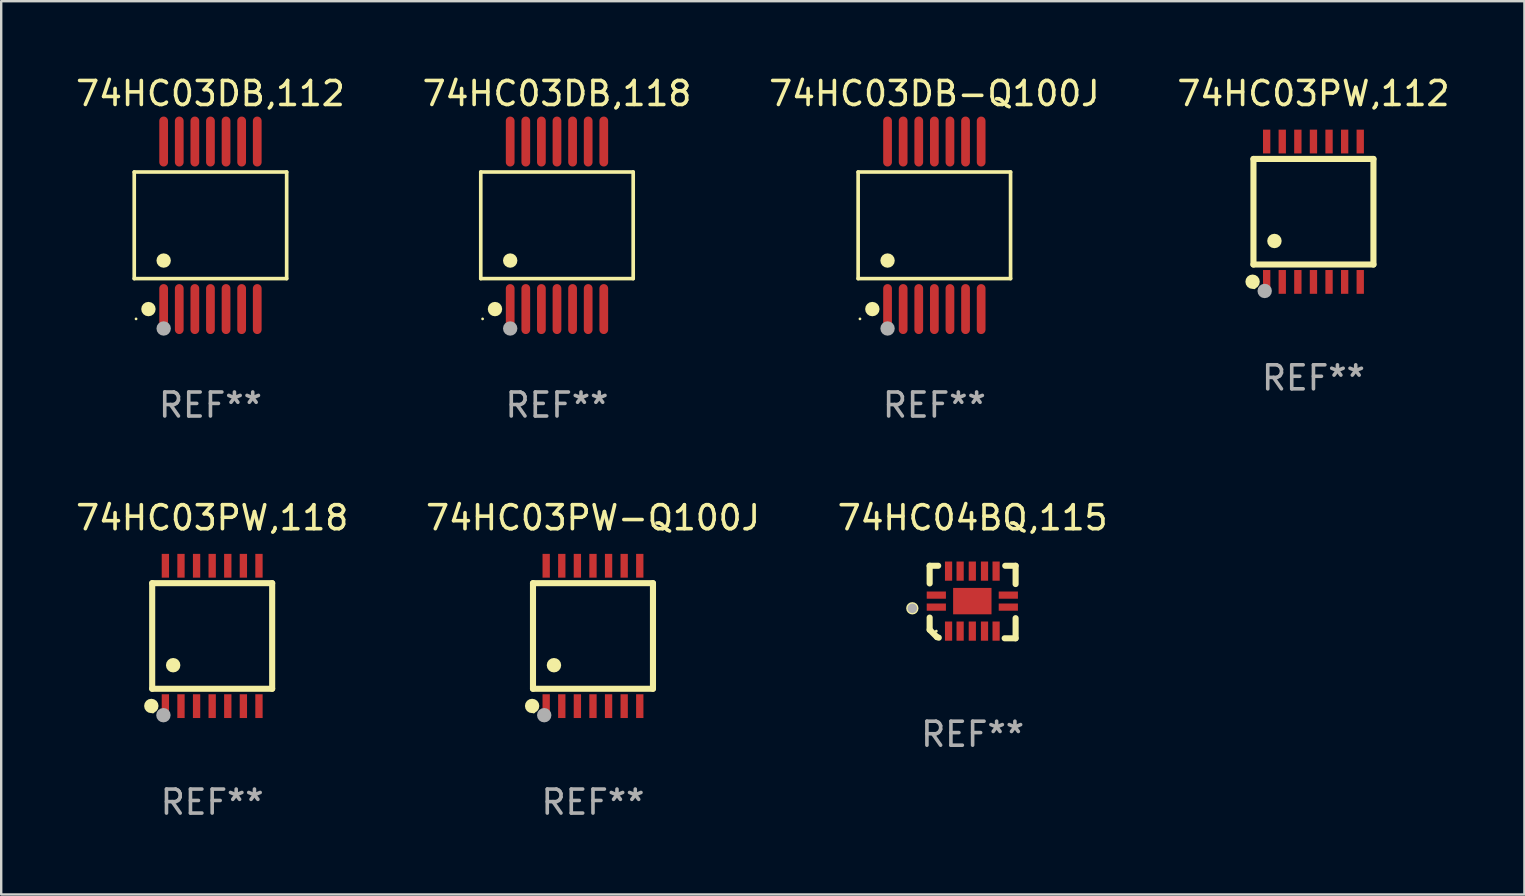
<source format=kicad_pcb>
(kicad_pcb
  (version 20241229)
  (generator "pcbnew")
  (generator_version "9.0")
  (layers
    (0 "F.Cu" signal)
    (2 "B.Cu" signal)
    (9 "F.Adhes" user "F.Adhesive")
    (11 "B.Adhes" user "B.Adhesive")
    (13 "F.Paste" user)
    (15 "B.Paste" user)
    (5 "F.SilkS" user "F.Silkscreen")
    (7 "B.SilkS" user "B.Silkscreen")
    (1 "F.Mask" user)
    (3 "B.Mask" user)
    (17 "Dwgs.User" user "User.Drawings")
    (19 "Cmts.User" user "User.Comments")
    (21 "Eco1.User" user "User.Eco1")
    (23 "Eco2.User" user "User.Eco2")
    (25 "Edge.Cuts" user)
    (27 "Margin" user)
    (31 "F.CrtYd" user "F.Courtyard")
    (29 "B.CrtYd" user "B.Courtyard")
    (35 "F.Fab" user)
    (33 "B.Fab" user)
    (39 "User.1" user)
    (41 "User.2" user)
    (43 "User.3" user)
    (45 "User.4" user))
  (footprint "74HC03PW-Q100J"
    (layer "F.Cu")
    (at 21.661 23.452)
    (property "Reference" "74HC03PW-Q100J" (at 0 -4.925 0) (layer "F.SilkS") (effects (font (size 1 1) (thickness 0.15))))
    (attr through_hole)
    (fp_line (start -2.5 2.2) (end -2.5 -2.2) (stroke (width 0.254) (type solid)) (layer "F.SilkS"))
    (fp_line (start -2.5 2.2) (end 2.5 2.2) (stroke (width 0.254) (type solid)) (layer "F.SilkS"))
    (fp_line (start 2.5 -2.2) (end -2.5 -2.2) (stroke (width 0.254) (type solid)) (layer "F.SilkS"))
    (fp_line (start 2.5 -2.2) (end 2.5 2.2) (stroke (width 0.254) (type solid)) (layer "F.SilkS"))
    (fp_circle (center -2.536 2.917) (end -2.386 2.917) (stroke (width 0.3) (type solid)) (fill no) (layer "F.SilkS"))
    (fp_circle (center -2.47 3.17) (end -2.44 3.17) (stroke (width 0.06) (type solid)) (fill no) (layer "F.SilkS"))
    (fp_circle (center -1.626 1.219) (end -1.475 1.219) (stroke (width 0.3) (type solid)) (fill no) (layer "F.SilkS"))
    (fp_circle (center -2.032 3.302) (end -1.882 3.302) (stroke (width 0.3) (type solid)) (fill no) (layer "F.Fab"))
    (fp_text user "REF**" (at 0 6.925 0) (layer "F.Fab") (effects (font (size 1 1) (thickness 0.15))))
    (pad "1" smd rect (at -1.95 2.925) (size 0.305 0.991) (layers "F.Cu" "F.Mask" "F.Paste"))
    (pad "2" smd rect (at -1.3 2.925) (size 0.305 0.991) (layers "F.Cu" "F.Mask" "F.Paste"))
    (pad "3" smd rect (at -0.65 2.925) (size 0.305 0.991) (layers "F.Cu" "F.Mask" "F.Paste"))
    (pad "4" smd rect (at 0 2.925) (size 0.305 0.991) (layers "F.Cu" "F.Mask" "F.Paste"))
    (pad "5" smd rect (at 0.65 2.925) (size 0.305 0.991) (layers "F.Cu" "F.Mask" "F.Paste"))
    (pad "6" smd rect (at 1.3 2.925) (size 0.305 0.991) (layers "F.Cu" "F.Mask" "F.Paste"))
    (pad "7" smd rect (at 1.95 2.925) (size 0.305 0.991) (layers "F.Cu" "F.Mask" "F.Paste"))
    (pad "8" smd rect (at 1.95 -2.925) (size 0.305 0.991) (layers "F.Cu" "F.Mask" "F.Paste"))
    (pad "9" smd rect (at 1.3 -2.925) (size 0.305 0.991) (layers "F.Cu" "F.Mask" "F.Paste"))
    (pad "10" smd rect (at 0.65 -2.925) (size 0.305 0.991) (layers "F.Cu" "F.Mask" "F.Paste"))
    (pad "11" smd rect (at 0 -2.925) (size 0.305 0.991) (layers "F.Cu" "F.Mask" "F.Paste"))
    (pad "12" smd rect (at -0.65 -2.925) (size 0.305 0.991) (layers "F.Cu" "F.Mask" "F.Paste"))
    (pad "13" smd rect (at -1.3 -2.925) (size 0.305 0.991) (layers "F.Cu" "F.Mask" "F.Paste"))
    (pad "14" smd rect (at -1.95 -2.925) (size 0.305 0.991) (layers "F.Cu" "F.Mask" "F.Paste")))
  (footprint "74HC03DB-Q100J"
    (layer "F.Cu")
    (at 35.887 6.339)
    (property "Reference" "74HC03DB-Q100J" (at 0 -5.491 0) (layer "F.SilkS") (effects (font (size 1 1) (thickness 0.15))))
    (attr through_hole)
    (fp_line (start -3.176 -2.221) (end 3.176 -2.221) (stroke (width 0.152) (type solid)) (layer "F.SilkS"))
    (fp_line (start -3.176 2.221) (end -3.176 -2.221) (stroke (width 0.152) (type solid)) (layer "F.SilkS"))
    (fp_line (start 3.176 -2.221) (end 3.176 2.221) (stroke (width 0.152) (type solid)) (layer "F.SilkS"))
    (fp_line (start 3.176 2.221) (end -3.176 2.221) (stroke (width 0.152) (type solid)) (layer "F.SilkS"))
    (fp_circle (center -3.1 3.9) (end -3.07 3.9) (stroke (width 0.06) (type solid)) (fill no) (layer "F.SilkS"))
    (fp_circle (center -2.584 3.491) (end -2.434 3.491) (stroke (width 0.3) (type solid)) (fill no) (layer "F.SilkS"))
    (fp_circle (center -1.95 1.469) (end -1.8 1.469) (stroke (width 0.3) (type solid)) (fill no) (layer "F.SilkS"))
    (fp_circle (center -1.95 4.3) (end -1.8 4.3) (stroke (width 0.3) (type solid)) (fill no) (layer "F.Fab"))
    (fp_text user "REF**" (at 0 7.491 0) (layer "F.Fab") (effects (font (size 1 1) (thickness 0.15))))
    (pad "1" smd oval (at -1.95 3.491) (size 0.364 2.082) (layers "F.Cu" "F.Mask" "F.Paste"))
    (pad "2" smd oval (at -1.3 3.491) (size 0.364 2.082) (layers "F.Cu" "F.Mask" "F.Paste"))
    (pad "3" smd oval (at -0.65 3.491) (size 0.364 2.082) (layers "F.Cu" "F.Mask" "F.Paste"))
    (pad "4" smd oval (at 0 3.491) (size 0.364 2.082) (layers "F.Cu" "F.Mask" "F.Paste"))
    (pad "5" smd oval (at 0.65 3.491) (size 0.364 2.082) (layers "F.Cu" "F.Mask" "F.Paste"))
    (pad "6" smd oval (at 1.3 3.491) (size 0.364 2.082) (layers "F.Cu" "F.Mask" "F.Paste"))
    (pad "7" smd oval (at 1.95 3.491) (size 0.364 2.082) (layers "F.Cu" "F.Mask" "F.Paste"))
    (pad "8" smd oval (at 1.95 -3.491) (size 0.364 2.082) (layers "F.Cu" "F.Mask" "F.Paste"))
    (pad "9" smd oval (at 1.3 -3.491) (size 0.364 2.082) (layers "F.Cu" "F.Mask" "F.Paste"))
    (pad "10" smd oval (at 0.65 -3.491) (size 0.364 2.082) (layers "F.Cu" "F.Mask" "F.Paste"))
    (pad "11" smd oval (at 0 -3.491) (size 0.364 2.082) (layers "F.Cu" "F.Mask" "F.Paste"))
    (pad "12" smd oval (at -0.65 -3.491) (size 0.364 2.082) (layers "F.Cu" "F.Mask" "F.Paste"))
    (pad "13" smd oval (at -1.3 -3.491) (size 0.364 2.082) (layers "F.Cu" "F.Mask" "F.Paste"))
    (pad "14" smd oval (at -1.95 -3.491) (size 0.364 2.082) (layers "F.Cu" "F.Mask" "F.Paste")))
  (footprint "74HC04BQ,115"
    (layer "F.Cu")
    (at 37.482 22.038)
    (property "Reference" "74HC04BQ,115" (at 0 -3.511 0) (layer "F.SilkS") (effects (font (size 1 1) (thickness 0.15))))
    (attr through_hole)
    (fp_line (start -1.791 -1.511) (end -1.435 -1.511) (stroke (width 0.254) (type solid)) (layer "F.SilkS"))
    (fp_line (start -1.791 -0.775) (end -1.791 -1.511) (stroke (width 0.254) (type solid)) (layer "F.SilkS"))
    (fp_line (start -1.791 1.156) (end -1.791 0.648) (stroke (width 0.254) (type solid)) (layer "F.SilkS"))
    (fp_line (start -1.486 1.461) (end -1.791 1.156) (stroke (width 0.254) (type solid)) (layer "F.SilkS"))
    (fp_line (start -1.41 1.486) (end -1.486 1.461) (stroke (width 0.254) (type solid)) (layer "F.SilkS"))
    (fp_line (start 1.334 1.511) (end 1.791 1.511) (stroke (width 0.254) (type solid)) (layer "F.SilkS"))
    (fp_line (start 1.791 -1.511) (end 1.359 -1.511) (stroke (width 0.254) (type solid)) (layer "F.SilkS"))
    (fp_line (start 1.791 -0.749) (end 1.791 -1.511) (stroke (width 0.254) (type solid)) (layer "F.SilkS"))
    (fp_line (start 1.791 1.511) (end 1.791 0.673) (stroke (width 0.254) (type solid)) (layer "F.SilkS"))
    (fp_circle (center -2.513 0.262) (end -2.383 0.262) (stroke (width 0.254) (type solid)) (fill no) (layer "F.SilkS"))
    (fp_circle (center -1.513 1.212) (end -1.483 1.212) (stroke (width 0.06) (type solid)) (fill no) (layer "F.SilkS"))
    (fp_circle (center -2.513 0.262) (end -2.413 0.262) (stroke (width 0.2) (type solid)) (fill no) (layer "F.Fab"))
    (fp_text user "REF**" (at 0 5.511 0) (layer "F.Fab") (effects (font (size 1 1) (thickness 0.15))))
    (pad "1" smd rect (at -1.513 0.212) (size 0.8 0.3) (layers "F.Cu" "F.Mask" "F.Paste"))
    (pad "2" smd rect (at -1.003 1.212) (size 0.3 0.8) (layers "F.Cu" "F.Mask" "F.Paste"))
    (pad "3" smd rect (at -0.521 1.212) (size 0.3 0.8) (layers "F.Cu" "F.Mask" "F.Paste"))
    (pad "4" smd rect (at -0.013 1.212) (size 0.3 0.8) (layers "F.Cu" "F.Mask" "F.Paste"))
    (pad "5" smd rect (at 0.495 1.212) (size 0.3 0.8) (layers "F.Cu" "F.Mask" "F.Paste"))
    (pad "6" smd rect (at 0.978 1.212) (size 0.3 0.8) (layers "F.Cu" "F.Mask" "F.Paste"))
    (pad "7" smd rect (at 1.487 0.212) (size 0.8 0.3) (layers "F.Cu" "F.Mask" "F.Paste"))
    (pad "8" smd rect (at 1.487 -0.288) (size 0.8 0.3) (layers "F.Cu" "F.Mask" "F.Paste"))
    (pad "9" smd rect (at 0.978 -1.288) (size 0.3 0.8) (layers "F.Cu" "F.Mask" "F.Paste"))
    (pad "10" smd rect (at 0.495 -1.288) (size 0.3 0.8) (layers "F.Cu" "F.Mask" "F.Paste"))
    (pad "11" smd rect (at -0.013 -1.288) (size 0.3 0.8) (layers "F.Cu" "F.Mask" "F.Paste"))
    (pad "12" smd rect (at -0.521 -1.288) (size 0.3 0.8) (layers "F.Cu" "F.Mask" "F.Paste"))
    (pad "13" smd rect (at -1.003 -1.288) (size 0.3 0.8) (layers "F.Cu" "F.Mask" "F.Paste"))
    (pad "14" smd rect (at -1.513 -0.288) (size 0.8 0.3) (layers "F.Cu" "F.Mask" "F.Paste"))
    (pad "15" smd rect (at -0.013 -0.038 90) (size 1.1 1.6) (layers "F.Cu" "F.Mask" "F.Paste")))
  (footprint "74HC03DB,118"
    (layer "F.Cu")
    (at 20.161 6.339)
    (property "Reference" "74HC03DB,118" (at 0 -5.491 0) (layer "F.SilkS") (effects (font (size 1 1) (thickness 0.15))))
    (attr through_hole)
    (fp_line (start -3.176 -2.221) (end 3.176 -2.221) (stroke (width 0.152) (type solid)) (layer "F.SilkS"))
    (fp_line (start -3.176 2.221) (end -3.176 -2.221) (stroke (width 0.152) (type solid)) (layer "F.SilkS"))
    (fp_line (start 3.176 -2.221) (end 3.176 2.221) (stroke (width 0.152) (type solid)) (layer "F.SilkS"))
    (fp_line (start 3.176 2.221) (end -3.176 2.221) (stroke (width 0.152) (type solid)) (layer "F.SilkS"))
    (fp_circle (center -3.1 3.9) (end -3.07 3.9) (stroke (width 0.06) (type solid)) (fill no) (layer "F.SilkS"))
    (fp_circle (center -2.584 3.491) (end -2.434 3.491) (stroke (width 0.3) (type solid)) (fill no) (layer "F.SilkS"))
    (fp_circle (center -1.95 1.469) (end -1.8 1.469) (stroke (width 0.3) (type solid)) (fill no) (layer "F.SilkS"))
    (fp_circle (center -1.95 4.3) (end -1.8 4.3) (stroke (width 0.3) (type solid)) (fill no) (layer "F.Fab"))
    (fp_text user "REF**" (at 0 7.491 0) (layer "F.Fab") (effects (font (size 1 1) (thickness 0.15))))
    (pad "1" smd oval (at -1.95 3.491) (size 0.364 2.082) (layers "F.Cu" "F.Mask" "F.Paste"))
    (pad "2" smd oval (at -1.3 3.491) (size 0.364 2.082) (layers "F.Cu" "F.Mask" "F.Paste"))
    (pad "3" smd oval (at -0.65 3.491) (size 0.364 2.082) (layers "F.Cu" "F.Mask" "F.Paste"))
    (pad "4" smd oval (at 0 3.491) (size 0.364 2.082) (layers "F.Cu" "F.Mask" "F.Paste"))
    (pad "5" smd oval (at 0.65 3.491) (size 0.364 2.082) (layers "F.Cu" "F.Mask" "F.Paste"))
    (pad "6" smd oval (at 1.3 3.491) (size 0.364 2.082) (layers "F.Cu" "F.Mask" "F.Paste"))
    (pad "7" smd oval (at 1.95 3.491) (size 0.364 2.082) (layers "F.Cu" "F.Mask" "F.Paste"))
    (pad "8" smd oval (at 1.95 -3.491) (size 0.364 2.082) (layers "F.Cu" "F.Mask" "F.Paste"))
    (pad "9" smd oval (at 1.3 -3.491) (size 0.364 2.082) (layers "F.Cu" "F.Mask" "F.Paste"))
    (pad "10" smd oval (at 0.65 -3.491) (size 0.364 2.082) (layers "F.Cu" "F.Mask" "F.Paste"))
    (pad "11" smd oval (at 0 -3.491) (size 0.364 2.082) (layers "F.Cu" "F.Mask" "F.Paste"))
    (pad "12" smd oval (at -0.65 -3.491) (size 0.364 2.082) (layers "F.Cu" "F.Mask" "F.Paste"))
    (pad "13" smd oval (at -1.3 -3.491) (size 0.364 2.082) (layers "F.Cu" "F.Mask" "F.Paste"))
    (pad "14" smd oval (at -1.95 -3.491) (size 0.364 2.082) (layers "F.Cu" "F.Mask" "F.Paste")))
  (footprint "74HC03PW,112"
    (layer "F.Cu")
    (at 51.685 5.773)
    (property "Reference" "74HC03PW,112" (at 0 -4.925 0) (layer "F.SilkS") (effects (font (size 1 1) (thickness 0.15))))
    (attr through_hole)
    (fp_line (start -2.5 2.2) (end -2.5 -2.2) (stroke (width 0.254) (type solid)) (layer "F.SilkS"))
    (fp_line (start -2.5 2.2) (end 2.5 2.2) (stroke (width 0.254) (type solid)) (layer "F.SilkS"))
    (fp_line (start 2.5 -2.2) (end -2.5 -2.2) (stroke (width 0.254) (type solid)) (layer "F.SilkS"))
    (fp_line (start 2.5 -2.2) (end 2.5 2.2) (stroke (width 0.254) (type solid)) (layer "F.SilkS"))
    (fp_circle (center -2.536 2.917) (end -2.386 2.917) (stroke (width 0.3) (type solid)) (fill no) (layer "F.SilkS"))
    (fp_circle (center -2.47 3.17) (end -2.44 3.17) (stroke (width 0.06) (type solid)) (fill no) (layer "F.SilkS"))
    (fp_circle (center -1.626 1.219) (end -1.475 1.219) (stroke (width 0.3) (type solid)) (fill no) (layer "F.SilkS"))
    (fp_circle (center -2.032 3.302) (end -1.882 3.302) (stroke (width 0.3) (type solid)) (fill no) (layer "F.Fab"))
    (fp_text user "REF**" (at 0 6.925 0) (layer "F.Fab") (effects (font (size 1 1) (thickness 0.15))))
    (pad "1" smd rect (at -1.95 2.925) (size 0.305 0.991) (layers "F.Cu" "F.Mask" "F.Paste"))
    (pad "2" smd rect (at -1.3 2.925) (size 0.305 0.991) (layers "F.Cu" "F.Mask" "F.Paste"))
    (pad "3" smd rect (at -0.65 2.925) (size 0.305 0.991) (layers "F.Cu" "F.Mask" "F.Paste"))
    (pad "4" smd rect (at 0 2.925) (size 0.305 0.991) (layers "F.Cu" "F.Mask" "F.Paste"))
    (pad "5" smd rect (at 0.65 2.925) (size 0.305 0.991) (layers "F.Cu" "F.Mask" "F.Paste"))
    (pad "6" smd rect (at 1.3 2.925) (size 0.305 0.991) (layers "F.Cu" "F.Mask" "F.Paste"))
    (pad "7" smd rect (at 1.95 2.925) (size 0.305 0.991) (layers "F.Cu" "F.Mask" "F.Paste"))
    (pad "8" smd rect (at 1.95 -2.925) (size 0.305 0.991) (layers "F.Cu" "F.Mask" "F.Paste"))
    (pad "9" smd rect (at 1.3 -2.925) (size 0.305 0.991) (layers "F.Cu" "F.Mask" "F.Paste"))
    (pad "10" smd rect (at 0.65 -2.925) (size 0.305 0.991) (layers "F.Cu" "F.Mask" "F.Paste"))
    (pad "11" smd rect (at 0 -2.925) (size 0.305 0.991) (layers "F.Cu" "F.Mask" "F.Paste"))
    (pad "12" smd rect (at -0.65 -2.925) (size 0.305 0.991) (layers "F.Cu" "F.Mask" "F.Paste"))
    (pad "13" smd rect (at -1.3 -2.925) (size 0.305 0.991) (layers "F.Cu" "F.Mask" "F.Paste"))
    (pad "14" smd rect (at -1.95 -2.925) (size 0.305 0.991) (layers "F.Cu" "F.Mask" "F.Paste")))
  (footprint "74HC03PW,118"
    (layer "F.Cu")
    (at 5.792 23.452)
    (property "Reference" "74HC03PW,118" (at 0 -4.925 0) (layer "F.SilkS") (effects (font (size 1 1) (thickness 0.15))))
    (attr through_hole)
    (fp_line (start -2.5 2.2) (end -2.5 -2.2) (stroke (width 0.254) (type solid)) (layer "F.SilkS"))
    (fp_line (start -2.5 2.2) (end 2.5 2.2) (stroke (width 0.254) (type solid)) (layer "F.SilkS"))
    (fp_line (start 2.5 -2.2) (end -2.5 -2.2) (stroke (width 0.254) (type solid)) (layer "F.SilkS"))
    (fp_line (start 2.5 -2.2) (end 2.5 2.2) (stroke (width 0.254) (type solid)) (layer "F.SilkS"))
    (fp_circle (center -2.536 2.917) (end -2.386 2.917) (stroke (width 0.3) (type solid)) (fill no) (layer "F.SilkS"))
    (fp_circle (center -2.47 3.17) (end -2.44 3.17) (stroke (width 0.06) (type solid)) (fill no) (layer "F.SilkS"))
    (fp_circle (center -1.626 1.219) (end -1.475 1.219) (stroke (width 0.3) (type solid)) (fill no) (layer "F.SilkS"))
    (fp_circle (center -2.032 3.302) (end -1.882 3.302) (stroke (width 0.3) (type solid)) (fill no) (layer "F.Fab"))
    (fp_text user "REF**" (at 0 6.925 0) (layer "F.Fab") (effects (font (size 1 1) (thickness 0.15))))
    (pad "1" smd rect (at -1.95 2.925) (size 0.305 0.991) (layers "F.Cu" "F.Mask" "F.Paste"))
    (pad "2" smd rect (at -1.3 2.925) (size 0.305 0.991) (layers "F.Cu" "F.Mask" "F.Paste"))
    (pad "3" smd rect (at -0.65 2.925) (size 0.305 0.991) (layers "F.Cu" "F.Mask" "F.Paste"))
    (pad "4" smd rect (at 0 2.925) (size 0.305 0.991) (layers "F.Cu" "F.Mask" "F.Paste"))
    (pad "5" smd rect (at 0.65 2.925) (size 0.305 0.991) (layers "F.Cu" "F.Mask" "F.Paste"))
    (pad "6" smd rect (at 1.3 2.925) (size 0.305 0.991) (layers "F.Cu" "F.Mask" "F.Paste"))
    (pad "7" smd rect (at 1.95 2.925) (size 0.305 0.991) (layers "F.Cu" "F.Mask" "F.Paste"))
    (pad "8" smd rect (at 1.95 -2.925) (size 0.305 0.991) (layers "F.Cu" "F.Mask" "F.Paste"))
    (pad "9" smd rect (at 1.3 -2.925) (size 0.305 0.991) (layers "F.Cu" "F.Mask" "F.Paste"))
    (pad "10" smd rect (at 0.65 -2.925) (size 0.305 0.991) (layers "F.Cu" "F.Mask" "F.Paste"))
    (pad "11" smd rect (at 0 -2.925) (size 0.305 0.991) (layers "F.Cu" "F.Mask" "F.Paste"))
    (pad "12" smd rect (at -0.65 -2.925) (size 0.305 0.991) (layers "F.Cu" "F.Mask" "F.Paste"))
    (pad "13" smd rect (at -1.3 -2.925) (size 0.305 0.991) (layers "F.Cu" "F.Mask" "F.Paste"))
    (pad "14" smd rect (at -1.95 -2.925) (size 0.305 0.991) (layers "F.Cu" "F.Mask" "F.Paste")))
  (footprint "74HC03DB,112"
    (layer "F.Cu")
    (at 5.72 6.339)
    (property "Reference" "74HC03DB,112" (at 0 -5.491 0) (layer "F.SilkS") (effects (font (size 1 1) (thickness 0.15))))
    (attr through_hole)
    (fp_line (start -3.176 -2.221) (end 3.176 -2.221) (stroke (width 0.152) (type solid)) (layer "F.SilkS"))
    (fp_line (start -3.176 2.221) (end -3.176 -2.221) (stroke (width 0.152) (type solid)) (layer "F.SilkS"))
    (fp_line (start 3.176 -2.221) (end 3.176 2.221) (stroke (width 0.152) (type solid)) (layer "F.SilkS"))
    (fp_line (start 3.176 2.221) (end -3.176 2.221) (stroke (width 0.152) (type solid)) (layer "F.SilkS"))
    (fp_circle (center -3.1 3.9) (end -3.07 3.9) (stroke (width 0.06) (type solid)) (fill no) (layer "F.SilkS"))
    (fp_circle (center -2.584 3.491) (end -2.434 3.491) (stroke (width 0.3) (type solid)) (fill no) (layer "F.SilkS"))
    (fp_circle (center -1.95 1.469) (end -1.8 1.469) (stroke (width 0.3) (type solid)) (fill no) (layer "F.SilkS"))
    (fp_circle (center -1.95 4.3) (end -1.8 4.3) (stroke (width 0.3) (type solid)) (fill no) (layer "F.Fab"))
    (fp_text user "REF**" (at 0 7.491 0) (layer "F.Fab") (effects (font (size 1 1) (thickness 0.15))))
    (pad "1" smd oval (at -1.95 3.491) (size 0.364 2.082) (layers "F.Cu" "F.Mask" "F.Paste"))
    (pad "2" smd oval (at -1.3 3.491) (size 0.364 2.082) (layers "F.Cu" "F.Mask" "F.Paste"))
    (pad "3" smd oval (at -0.65 3.491) (size 0.364 2.082) (layers "F.Cu" "F.Mask" "F.Paste"))
    (pad "4" smd oval (at 0 3.491) (size 0.364 2.082) (layers "F.Cu" "F.Mask" "F.Paste"))
    (pad "5" smd oval (at 0.65 3.491) (size 0.364 2.082) (layers "F.Cu" "F.Mask" "F.Paste"))
    (pad "6" smd oval (at 1.3 3.491) (size 0.364 2.082) (layers "F.Cu" "F.Mask" "F.Paste"))
    (pad "7" smd oval (at 1.95 3.491) (size 0.364 2.082) (layers "F.Cu" "F.Mask" "F.Paste"))
    (pad "8" smd oval (at 1.95 -3.491) (size 0.364 2.082) (layers "F.Cu" "F.Mask" "F.Paste"))
    (pad "9" smd oval (at 1.3 -3.491) (size 0.364 2.082) (layers "F.Cu" "F.Mask" "F.Paste"))
    (pad "10" smd oval (at 0.65 -3.491) (size 0.364 2.082) (layers "F.Cu" "F.Mask" "F.Paste"))
    (pad "11" smd oval (at 0 -3.491) (size 0.364 2.082) (layers "F.Cu" "F.Mask" "F.Paste"))
    (pad "12" smd oval (at -0.65 -3.491) (size 0.364 2.082) (layers "F.Cu" "F.Mask" "F.Paste"))
    (pad "13" smd oval (at -1.3 -3.491) (size 0.364 2.082) (layers "F.Cu" "F.Mask" "F.Paste"))
    (pad "14" smd oval (at -1.95 -3.491) (size 0.364 2.082) (layers "F.Cu" "F.Mask" "F.Paste")))
  (gr_rect
    (start -3 -3)
    (end 60.476 34.225)
    (stroke (width 0.1) (type default))
    (fill no)
    (layer "Edge.Cuts")))
</source>
